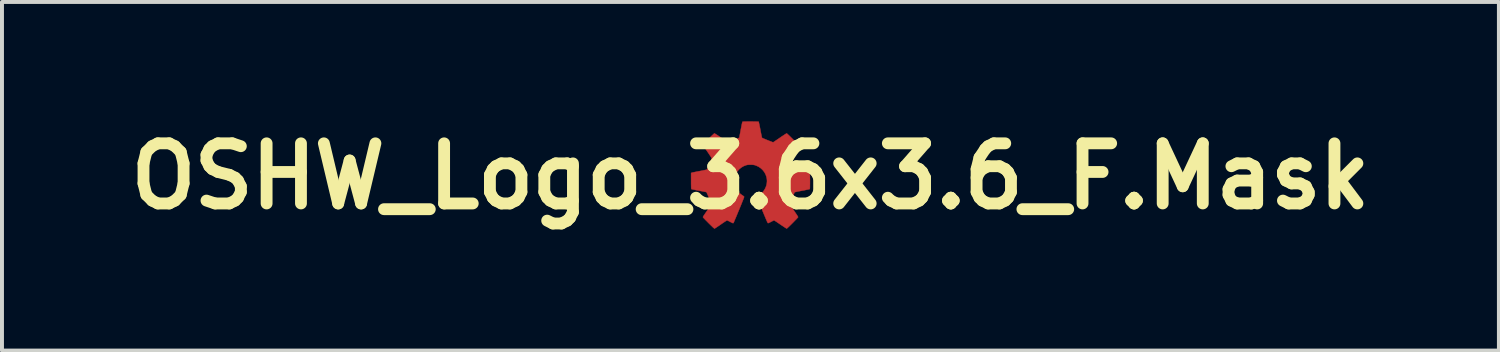
<source format=kicad_pcb>
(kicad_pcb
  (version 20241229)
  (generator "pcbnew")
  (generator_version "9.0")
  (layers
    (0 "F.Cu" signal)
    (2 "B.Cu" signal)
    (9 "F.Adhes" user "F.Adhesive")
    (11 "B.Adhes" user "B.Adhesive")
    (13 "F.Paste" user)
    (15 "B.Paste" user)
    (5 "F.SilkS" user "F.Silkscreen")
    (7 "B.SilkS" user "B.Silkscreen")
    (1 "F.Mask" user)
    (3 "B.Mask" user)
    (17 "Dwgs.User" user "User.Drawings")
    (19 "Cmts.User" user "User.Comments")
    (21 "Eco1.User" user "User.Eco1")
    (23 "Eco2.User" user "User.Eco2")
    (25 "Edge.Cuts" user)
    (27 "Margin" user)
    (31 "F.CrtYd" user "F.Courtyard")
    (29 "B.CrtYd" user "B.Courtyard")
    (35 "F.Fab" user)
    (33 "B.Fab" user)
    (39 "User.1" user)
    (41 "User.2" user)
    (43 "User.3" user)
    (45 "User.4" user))
  (footprint "OSHW_Logo_3.6x3.6_F.Mask"
    (layer "F.Cu")
    (at 15.973 1.418)
    (property "Reference" "OSHW_Logo_3.6x3.6_F.Mask" (at 0 0 0) (layer "F.SilkS") (effects (font (size 1.524 1.524) (thickness 0.3))))
    (attr through_hole)
    (fp_poly (pts (xy 0.046 -1.387) (xy 0.087 -1.386) (xy 0.124 -1.386) (xy 0.155 -1.385) (xy 0.18 -1.384) (xy 0.198 -1.384) (xy 0.207 -1.383) (xy 0.207 -1.383) (xy 0.21 -1.377) (xy 0.214 -1.361) (xy 0.219 -1.337) (xy 0.226 -1.305) (xy 0.234 -1.266) (xy 0.243 -1.221) (xy 0.251 -1.179) (xy 0.259 -1.135) (xy 0.267 -1.095) (xy 0.274 -1.058) (xy 0.281 -1.027) (xy 0.286 -1.002) (xy 0.29 -0.985) (xy 0.292 -0.976) (xy 0.293 -0.975) (xy 0.299 -0.972) (xy 0.313 -0.965) (xy 0.334 -0.956) (xy 0.359 -0.945) (xy 0.388 -0.933) (xy 0.419 -0.92) (xy 0.451 -0.908) (xy 0.482 -0.895) (xy 0.511 -0.884) (xy 0.537 -0.874) (xy 0.557 -0.866) (xy 0.571 -0.862) (xy 0.577 -0.86) (xy 0.577 -0.86) (xy 0.582 -0.864) (xy 0.595 -0.872) (xy 0.614 -0.885) (xy 0.639 -0.902) (xy 0.668 -0.922) (xy 0.701 -0.944) (xy 0.737 -0.969) (xy 0.746 -0.975) (xy 0.782 -1) (xy 0.816 -1.023) (xy 0.847 -1.043) (xy 0.873 -1.06) (xy 0.895 -1.074) (xy 0.91 -1.083) (xy 0.917 -1.087) (xy 0.918 -1.087) (xy 0.924 -1.084) (xy 0.936 -1.074) (xy 0.953 -1.058) (xy 0.974 -1.039) (xy 0.998 -1.015) (xy 1.024 -0.989) (xy 1.052 -0.962) (xy 1.081 -0.933) (xy 1.108 -0.905) (xy 1.135 -0.879) (xy 1.158 -0.854) (xy 1.178 -0.833) (xy 1.194 -0.815) (xy 1.205 -0.803) (xy 1.209 -0.796) (xy 1.209 -0.796) (xy 1.206 -0.79) (xy 1.198 -0.776) (xy 1.186 -0.757) (xy 1.169 -0.731) (xy 1.15 -0.702) (xy 1.128 -0.669) (xy 1.103 -0.633) (xy 1.102 -0.631) (xy 1.077 -0.595) (xy 1.054 -0.562) (xy 1.034 -0.532) (xy 1.017 -0.506) (xy 1.003 -0.485) (xy 0.994 -0.471) (xy 0.99 -0.464) (xy 0.99 -0.464) (xy 0.989 -0.46) (xy 0.99 -0.452) (xy 0.993 -0.44) (xy 0.999 -0.423) (xy 1.008 -0.4) (xy 1.02 -0.37) (xy 1.036 -0.332) (xy 1.045 -0.313) (xy 1.061 -0.275) (xy 1.076 -0.241) (xy 1.089 -0.213) (xy 1.1 -0.19) (xy 1.108 -0.175) (xy 1.113 -0.167) (xy 1.114 -0.167) (xy 1.121 -0.165) (xy 1.136 -0.161) (xy 1.16 -0.157) (xy 1.19 -0.151) (xy 1.225 -0.144) (xy 1.264 -0.136) (xy 1.307 -0.128) (xy 1.311 -0.127) (xy 1.36 -0.118) (xy 1.403 -0.109) (xy 1.439 -0.102) (xy 1.468 -0.096) (xy 1.489 -0.09) (xy 1.502 -0.087) (xy 1.504 -0.085) (xy 1.505 -0.079) (xy 1.506 -0.063) (xy 1.507 -0.04) (xy 1.508 -0.01) (xy 1.508 0.026) (xy 1.509 0.066) (xy 1.509 0.109) (xy 1.509 0.12) (xy 1.509 0.172) (xy 1.508 0.214) (xy 1.508 0.248) (xy 1.508 0.274) (xy 1.507 0.294) (xy 1.506 0.308) (xy 1.505 0.317) (xy 1.503 0.323) (xy 1.502 0.325) (xy 1.495 0.327) (xy 1.48 0.331) (xy 1.457 0.336) (xy 1.427 0.342) (xy 1.392 0.349) (xy 1.353 0.357) (xy 1.312 0.364) (xy 1.266 0.373) (xy 1.225 0.381) (xy 1.189 0.388) (xy 1.16 0.395) (xy 1.138 0.4) (xy 1.125 0.404) (xy 1.122 0.405) (xy 1.118 0.412) (xy 1.111 0.426) (xy 1.101 0.447) (xy 1.09 0.473) (xy 1.078 0.503) (xy 1.064 0.535) (xy 1.051 0.569) (xy 1.038 0.602) (xy 1.026 0.633) (xy 1.015 0.661) (xy 1.006 0.684) (xy 1 0.702) (xy 0.998 0.712) (xy 0.998 0.714) (xy 1.001 0.719) (xy 1.009 0.732) (xy 1.022 0.752) (xy 1.039 0.776) (xy 1.059 0.805) (xy 1.081 0.838) (xy 1.105 0.873) (xy 1.128 0.908) (xy 1.151 0.941) (xy 1.17 0.97) (xy 1.186 0.995) (xy 1.199 1.015) (xy 1.206 1.029) (xy 1.209 1.035) (xy 1.206 1.04) (xy 1.196 1.052) (xy 1.18 1.069) (xy 1.161 1.09) (xy 1.137 1.114) (xy 1.111 1.141) (xy 1.084 1.169) (xy 1.056 1.197) (xy 1.028 1.225) (xy 1.001 1.251) (xy 0.977 1.275) (xy 0.955 1.295) (xy 0.938 1.311) (xy 0.925 1.322) (xy 0.919 1.326) (xy 0.919 1.326) (xy 0.913 1.323) (xy 0.9 1.315) (xy 0.88 1.303) (xy 0.855 1.286) (xy 0.826 1.267) (xy 0.793 1.245) (xy 0.759 1.222) (xy 0.724 1.198) (xy 0.691 1.176) (xy 0.662 1.156) (xy 0.637 1.14) (xy 0.618 1.128) (xy 0.605 1.12) (xy 0.599 1.118) (xy 0.591 1.12) (xy 0.577 1.126) (xy 0.557 1.136) (xy 0.534 1.148) (xy 0.523 1.153) (xy 0.498 1.167) (xy 0.476 1.177) (xy 0.458 1.185) (xy 0.447 1.188) (xy 0.446 1.188) (xy 0.443 1.186) (xy 0.44 1.182) (xy 0.435 1.175) (xy 0.43 1.165) (xy 0.422 1.149) (xy 0.413 1.129) (xy 0.402 1.103) (xy 0.388 1.071) (xy 0.372 1.032) (xy 0.352 0.986) (xy 0.33 0.932) (xy 0.303 0.868) (xy 0.299 0.857) (xy 0.276 0.803) (xy 0.255 0.75) (xy 0.235 0.702) (xy 0.217 0.657) (xy 0.201 0.617) (xy 0.188 0.584) (xy 0.178 0.556) (xy 0.17 0.536) (xy 0.166 0.524) (xy 0.166 0.521) (xy 0.171 0.515) (xy 0.183 0.505) (xy 0.199 0.492) (xy 0.215 0.481) (xy 0.257 0.45) (xy 0.292 0.42) (xy 0.32 0.391) (xy 0.344 0.359) (xy 0.366 0.323) (xy 0.377 0.303) (xy 0.401 0.244) (xy 0.415 0.184) (xy 0.42 0.123) (xy 0.416 0.062) (xy 0.402 0.002) (xy 0.38 -0.056) (xy 0.349 -0.11) (xy 0.309 -0.16) (xy 0.306 -0.164) (xy 0.258 -0.207) (xy 0.205 -0.243) (xy 0.145 -0.27) (xy 0.117 -0.28) (xy 0.1 -0.285) (xy 0.084 -0.288) (xy 0.067 -0.29) (xy 0.045 -0.292) (xy 0.018 -0.292) (xy 0.003 -0.292) (xy -0.029 -0.292) (xy -0.053 -0.291) (xy -0.072 -0.289) (xy -0.088 -0.287) (xy -0.104 -0.282) (xy -0.112 -0.28) (xy -0.174 -0.256) (xy -0.23 -0.223) (xy -0.28 -0.183) (xy -0.323 -0.136) (xy -0.359 -0.082) (xy -0.369 -0.064) (xy -0.389 -0.017) (xy -0.403 0.028) (xy -0.41 0.073) (xy -0.412 0.122) (xy -0.407 0.187) (xy -0.393 0.249) (xy -0.369 0.308) (xy -0.337 0.362) (xy -0.296 0.41) (xy -0.278 0.427) (xy -0.254 0.447) (xy -0.228 0.467) (xy -0.203 0.485) (xy -0.181 0.499) (xy -0.179 0.501) (xy -0.167 0.51) (xy -0.16 0.519) (xy -0.16 0.521) (xy -0.161 0.527) (xy -0.166 0.543) (xy -0.175 0.567) (xy -0.187 0.598) (xy -0.203 0.637) (xy -0.221 0.683) (xy -0.242 0.735) (xy -0.266 0.793) (xy -0.289 0.85) (xy -0.312 0.904) (xy -0.333 0.955) (xy -0.353 1.003) (xy -0.371 1.047) (xy -0.388 1.086) (xy -0.402 1.119) (xy -0.413 1.146) (xy -0.421 1.165) (xy -0.426 1.176) (xy -0.427 1.179) (xy -0.435 1.187) (xy -0.442 1.189) (xy -0.45 1.186) (xy -0.464 1.18) (xy -0.484 1.17) (xy -0.508 1.158) (xy -0.518 1.153) (xy -0.548 1.137) (xy -0.572 1.126) (xy -0.588 1.12) (xy -0.596 1.119) (xy -0.603 1.122) (xy -0.617 1.131) (xy -0.637 1.143) (xy -0.661 1.159) (xy -0.689 1.178) (xy -0.706 1.189) (xy -0.753 1.222) (xy -0.792 1.249) (xy -0.825 1.271) (xy -0.851 1.289) (xy -0.871 1.302) (xy -0.887 1.312) (xy -0.898 1.319) (xy -0.906 1.323) (xy -0.911 1.325) (xy -0.914 1.326) (xy -0.919 1.322) (xy -0.93 1.312) (xy -0.948 1.297) (xy -0.969 1.276) (xy -0.995 1.252) (xy -1.023 1.224) (xy -1.054 1.194) (xy -1.06 1.188) (xy -1.091 1.156) (xy -1.12 1.127) (xy -1.146 1.101) (xy -1.167 1.078) (xy -1.185 1.06) (xy -1.196 1.048) (xy -1.201 1.041) (xy -1.202 1.04) (xy -1.203 1.037) (xy -1.203 1.034) (xy -1.202 1.03) (xy -1.2 1.025) (xy -1.195 1.017) (xy -1.188 1.005) (xy -1.178 0.989) (xy -1.164 0.969) (xy -1.146 0.942) (xy -1.123 0.909) (xy -1.095 0.868) (xy -1.092 0.864) (xy -1.069 0.83) (xy -1.047 0.797) (xy -1.028 0.769) (xy -1.012 0.744) (xy -1 0.726) (xy -0.993 0.713) (xy -0.991 0.708) (xy -0.992 0.702) (xy -0.998 0.687) (xy -1.006 0.666) (xy -1.016 0.638) (xy -1.029 0.606) (xy -1.043 0.571) (xy -1.05 0.553) (xy -1.067 0.509) (xy -1.082 0.474) (xy -1.094 0.447) (xy -1.103 0.427) (xy -1.11 0.413) (xy -1.116 0.404) (xy -1.12 0.401) (xy -1.127 0.399) (xy -1.143 0.396) (xy -1.167 0.391) (xy -1.197 0.385) (xy -1.232 0.378) (xy -1.271 0.371) (xy -1.31 0.363) (xy -1.352 0.356) (xy -1.39 0.348) (xy -1.425 0.341) (xy -1.454 0.335) (xy -1.476 0.33) (xy -1.491 0.327) (xy -1.497 0.325) (xy -1.499 0.321) (xy -1.5 0.315) (xy -1.501 0.303) (xy -1.502 0.287) (xy -1.503 0.264) (xy -1.503 0.234) (xy -1.504 0.196) (xy -1.504 0.149) (xy -1.504 0.119) (xy -1.504 -0.081) (xy -1.492 -0.088) (xy -1.485 -0.091) (xy -1.468 -0.095) (xy -1.445 -0.1) (xy -1.414 -0.106) (xy -1.379 -0.113) (xy -1.339 -0.121) (xy -1.297 -0.129) (xy -1.295 -0.129) (xy -1.253 -0.137) (xy -1.214 -0.145) (xy -1.179 -0.152) (xy -1.149 -0.158) (xy -1.126 -0.163) (xy -1.11 -0.167) (xy -1.104 -0.169) (xy -1.104 -0.169) (xy -1.1 -0.176) (xy -1.093 -0.19) (xy -1.083 -0.211) (xy -1.072 -0.236) (xy -1.059 -0.266) (xy -1.045 -0.297) (xy -1.031 -0.329) (xy -1.018 -0.361) (xy -1.006 -0.39) (xy -0.995 -0.415) (xy -0.987 -0.436) (xy -0.982 -0.45) (xy -0.98 -0.456) (xy -0.983 -0.461) (xy -0.991 -0.475) (xy -1.004 -0.494) (xy -1.02 -0.519) (xy -1.04 -0.549) (xy -1.062 -0.582) (xy -1.086 -0.618) (xy -1.09 -0.623) (xy -1.115 -0.659) (xy -1.138 -0.693) (xy -1.158 -0.724) (xy -1.176 -0.75) (xy -1.189 -0.771) (xy -1.198 -0.785) (xy -1.203 -0.793) (xy -1.203 -0.793) (xy -1.202 -0.797) (xy -1.198 -0.804) (xy -1.19 -0.815) (xy -1.177 -0.829) (xy -1.159 -0.848) (xy -1.136 -0.872) (xy -1.107 -0.902) (xy -1.071 -0.938) (xy -1.064 -0.945) (xy -1.028 -0.981) (xy -0.996 -1.013) (xy -0.968 -1.039) (xy -0.945 -1.061) (xy -0.928 -1.076) (xy -0.917 -1.085) (xy -0.913 -1.087) (xy -0.906 -1.084) (xy -0.893 -1.076) (xy -0.873 -1.064) (xy -0.847 -1.048) (xy -0.818 -1.028) (xy -0.784 -1.006) (xy -0.749 -0.981) (xy -0.745 -0.979) (xy -0.709 -0.954) (xy -0.675 -0.931) (xy -0.645 -0.91) (xy -0.619 -0.893) (xy -0.598 -0.879) (xy -0.583 -0.869) (xy -0.576 -0.865) (xy -0.576 -0.864) (xy -0.571 -0.863) (xy -0.565 -0.863) (xy -0.555 -0.865) (xy -0.541 -0.87) (xy -0.522 -0.877) (xy -0.496 -0.887) (xy -0.462 -0.9) (xy -0.438 -0.91) (xy -0.397 -0.927) (xy -0.363 -0.941) (xy -0.337 -0.952) (xy -0.318 -0.96) (xy -0.304 -0.967) (xy -0.294 -0.972) (xy -0.288 -0.976) (xy -0.285 -0.979) (xy -0.283 -0.983) (xy -0.282 -0.985) (xy -0.28 -0.992) (xy -0.277 -1.008) (xy -0.273 -1.032) (xy -0.267 -1.062) (xy -0.26 -1.097) (xy -0.253 -1.137) (xy -0.245 -1.179) (xy -0.244 -1.184) (xy -0.236 -1.227) (xy -0.228 -1.266) (xy -0.221 -1.302) (xy -0.215 -1.332) (xy -0.209 -1.356) (xy -0.205 -1.372) (xy -0.203 -1.379) (xy -0.203 -1.38) (xy -0.2 -1.382) (xy -0.193 -1.383) (xy -0.183 -1.384) (xy -0.167 -1.385) (xy -0.146 -1.386) (xy -0.117 -1.386) (xy -0.081 -1.387) (xy -0.037 -1.387) (xy 0.002 -1.387) (xy 0.046 -1.387)) (stroke (width 0.01) (type solid)) (fill yes) (layer "F.Cu"))
    (fp_poly (pts (xy 0.046 -1.387) (xy 0.087 -1.386) (xy 0.124 -1.386) (xy 0.155 -1.385) (xy 0.18 -1.384) (xy 0.198 -1.384) (xy 0.207 -1.383) (xy 0.207 -1.383) (xy 0.21 -1.377) (xy 0.214 -1.361) (xy 0.219 -1.337) (xy 0.226 -1.305) (xy 0.234 -1.266) (xy 0.243 -1.221) (xy 0.251 -1.179) (xy 0.259 -1.135) (xy 0.267 -1.095) (xy 0.274 -1.058) (xy 0.281 -1.027) (xy 0.286 -1.002) (xy 0.29 -0.985) (xy 0.292 -0.976) (xy 0.293 -0.975) (xy 0.299 -0.972) (xy 0.313 -0.965) (xy 0.334 -0.956) (xy 0.359 -0.945) (xy 0.388 -0.933) (xy 0.419 -0.92) (xy 0.451 -0.908) (xy 0.482 -0.895) (xy 0.511 -0.884) (xy 0.537 -0.874) (xy 0.557 -0.866) (xy 0.571 -0.862) (xy 0.577 -0.86) (xy 0.577 -0.86) (xy 0.582 -0.864) (xy 0.595 -0.872) (xy 0.614 -0.885) (xy 0.639 -0.902) (xy 0.668 -0.922) (xy 0.701 -0.944) (xy 0.737 -0.969) (xy 0.746 -0.975) (xy 0.782 -1) (xy 0.816 -1.023) (xy 0.847 -1.043) (xy 0.873 -1.06) (xy 0.895 -1.074) (xy 0.91 -1.083) (xy 0.917 -1.087) (xy 0.918 -1.087) (xy 0.924 -1.084) (xy 0.936 -1.074) (xy 0.953 -1.058) (xy 0.974 -1.039) (xy 0.998 -1.015) (xy 1.024 -0.989) (xy 1.052 -0.962) (xy 1.081 -0.933) (xy 1.108 -0.905) (xy 1.135 -0.879) (xy 1.158 -0.854) (xy 1.178 -0.833) (xy 1.194 -0.815) (xy 1.205 -0.803) (xy 1.209 -0.796) (xy 1.209 -0.796) (xy 1.206 -0.79) (xy 1.198 -0.776) (xy 1.186 -0.757) (xy 1.169 -0.731) (xy 1.15 -0.702) (xy 1.128 -0.669) (xy 1.103 -0.633) (xy 1.102 -0.631) (xy 1.077 -0.595) (xy 1.054 -0.562) (xy 1.034 -0.532) (xy 1.017 -0.506) (xy 1.003 -0.485) (xy 0.994 -0.471) (xy 0.99 -0.464) (xy 0.99 -0.464) (xy 0.989 -0.46) (xy 0.99 -0.452) (xy 0.993 -0.44) (xy 0.999 -0.423) (xy 1.008 -0.4) (xy 1.02 -0.37) (xy 1.036 -0.332) (xy 1.045 -0.313) (xy 1.061 -0.275) (xy 1.076 -0.241) (xy 1.089 -0.213) (xy 1.1 -0.19) (xy 1.108 -0.175) (xy 1.113 -0.167) (xy 1.114 -0.167) (xy 1.121 -0.165) (xy 1.136 -0.161) (xy 1.16 -0.157) (xy 1.19 -0.151) (xy 1.225 -0.144) (xy 1.264 -0.136) (xy 1.307 -0.128) (xy 1.311 -0.127) (xy 1.36 -0.118) (xy 1.403 -0.109) (xy 1.439 -0.102) (xy 1.468 -0.096) (xy 1.489 -0.09) (xy 1.502 -0.087) (xy 1.504 -0.085) (xy 1.505 -0.079) (xy 1.506 -0.063) (xy 1.507 -0.04) (xy 1.508 -0.01) (xy 1.508 0.026) (xy 1.509 0.066) (xy 1.509 0.109) (xy 1.509 0.12) (xy 1.509 0.172) (xy 1.508 0.214) (xy 1.508 0.248) (xy 1.508 0.274) (xy 1.507 0.294) (xy 1.506 0.308) (xy 1.505 0.317) (xy 1.503 0.323) (xy 1.502 0.325) (xy 1.495 0.327) (xy 1.48 0.331) (xy 1.457 0.336) (xy 1.427 0.342) (xy 1.392 0.349) (xy 1.353 0.357) (xy 1.312 0.364) (xy 1.266 0.373) (xy 1.225 0.381) (xy 1.189 0.388) (xy 1.16 0.395) (xy 1.138 0.4) (xy 1.125 0.404) (xy 1.122 0.405) (xy 1.118 0.412) (xy 1.111 0.426) (xy 1.101 0.447) (xy 1.09 0.473) (xy 1.078 0.503) (xy 1.064 0.535) (xy 1.051 0.569) (xy 1.038 0.602) (xy 1.026 0.633) (xy 1.015 0.661) (xy 1.006 0.684) (xy 1 0.702) (xy 0.998 0.712) (xy 0.998 0.714) (xy 1.001 0.719) (xy 1.009 0.732) (xy 1.022 0.752) (xy 1.039 0.776) (xy 1.059 0.805) (xy 1.081 0.838) (xy 1.105 0.873) (xy 1.128 0.908) (xy 1.151 0.941) (xy 1.17 0.97) (xy 1.186 0.995) (xy 1.199 1.015) (xy 1.206 1.029) (xy 1.209 1.035) (xy 1.206 1.04) (xy 1.196 1.052) (xy 1.18 1.069) (xy 1.161 1.09) (xy 1.137 1.114) (xy 1.111 1.141) (xy 1.084 1.169) (xy 1.056 1.197) (xy 1.028 1.225) (xy 1.001 1.251) (xy 0.977 1.275) (xy 0.955 1.295) (xy 0.938 1.311) (xy 0.925 1.322) (xy 0.919 1.326) (xy 0.919 1.326) (xy 0.913 1.323) (xy 0.9 1.315) (xy 0.88 1.303) (xy 0.855 1.286) (xy 0.826 1.267) (xy 0.793 1.245) (xy 0.759 1.222) (xy 0.724 1.198) (xy 0.691 1.176) (xy 0.662 1.156) (xy 0.637 1.14) (xy 0.618 1.128) (xy 0.605 1.12) (xy 0.599 1.118) (xy 0.591 1.12) (xy 0.577 1.126) (xy 0.557 1.136) (xy 0.534 1.148) (xy 0.523 1.153) (xy 0.498 1.167) (xy 0.476 1.177) (xy 0.458 1.185) (xy 0.447 1.188) (xy 0.446 1.188) (xy 0.443 1.186) (xy 0.44 1.182) (xy 0.435 1.175) (xy 0.43 1.165) (xy 0.422 1.149) (xy 0.413 1.129) (xy 0.402 1.103) (xy 0.388 1.071) (xy 0.372 1.032) (xy 0.352 0.986) (xy 0.33 0.932) (xy 0.303 0.868) (xy 0.299 0.857) (xy 0.276 0.803) (xy 0.255 0.75) (xy 0.235 0.702) (xy 0.217 0.657) (xy 0.201 0.617) (xy 0.188 0.584) (xy 0.178 0.556) (xy 0.17 0.536) (xy 0.166 0.524) (xy 0.166 0.521) (xy 0.171 0.515) (xy 0.183 0.505) (xy 0.199 0.492) (xy 0.215 0.481) (xy 0.257 0.45) (xy 0.292 0.42) (xy 0.32 0.391) (xy 0.344 0.359) (xy 0.366 0.323) (xy 0.377 0.303) (xy 0.401 0.244) (xy 0.415 0.184) (xy 0.42 0.123) (xy 0.416 0.062) (xy 0.402 0.002) (xy 0.38 -0.056) (xy 0.349 -0.11) (xy 0.309 -0.16) (xy 0.306 -0.164) (xy 0.258 -0.207) (xy 0.205 -0.243) (xy 0.145 -0.27) (xy 0.117 -0.28) (xy 0.1 -0.285) (xy 0.084 -0.288) (xy 0.067 -0.29) (xy 0.045 -0.292) (xy 0.018 -0.292) (xy 0.003 -0.292) (xy -0.029 -0.292) (xy -0.053 -0.291) (xy -0.072 -0.289) (xy -0.088 -0.287) (xy -0.104 -0.282) (xy -0.112 -0.28) (xy -0.174 -0.256) (xy -0.23 -0.223) (xy -0.28 -0.183) (xy -0.323 -0.136) (xy -0.359 -0.082) (xy -0.369 -0.064) (xy -0.389 -0.017) (xy -0.403 0.028) (xy -0.41 0.073) (xy -0.412 0.122) (xy -0.407 0.187) (xy -0.393 0.249) (xy -0.369 0.308) (xy -0.337 0.362) (xy -0.296 0.41) (xy -0.278 0.427) (xy -0.254 0.447) (xy -0.228 0.467) (xy -0.203 0.485) (xy -0.181 0.499) (xy -0.179 0.501) (xy -0.167 0.51) (xy -0.16 0.519) (xy -0.16 0.521) (xy -0.161 0.527) (xy -0.166 0.543) (xy -0.175 0.567) (xy -0.187 0.598) (xy -0.203 0.637) (xy -0.221 0.683) (xy -0.242 0.735) (xy -0.266 0.793) (xy -0.289 0.85) (xy -0.312 0.904) (xy -0.333 0.955) (xy -0.353 1.003) (xy -0.371 1.047) (xy -0.388 1.086) (xy -0.402 1.119) (xy -0.413 1.146) (xy -0.421 1.165) (xy -0.426 1.176) (xy -0.427 1.179) (xy -0.435 1.187) (xy -0.442 1.189) (xy -0.45 1.186) (xy -0.464 1.18) (xy -0.484 1.17) (xy -0.508 1.158) (xy -0.518 1.153) (xy -0.548 1.137) (xy -0.572 1.126) (xy -0.588 1.12) (xy -0.596 1.119) (xy -0.603 1.122) (xy -0.617 1.131) (xy -0.637 1.143) (xy -0.661 1.159) (xy -0.689 1.178) (xy -0.706 1.189) (xy -0.753 1.222) (xy -0.792 1.249) (xy -0.825 1.271) (xy -0.851 1.289) (xy -0.871 1.302) (xy -0.887 1.312) (xy -0.898 1.319) (xy -0.906 1.323) (xy -0.911 1.325) (xy -0.914 1.326) (xy -0.919 1.322) (xy -0.93 1.312) (xy -0.948 1.297) (xy -0.969 1.276) (xy -0.995 1.252) (xy -1.023 1.224) (xy -1.054 1.194) (xy -1.06 1.188) (xy -1.091 1.156) (xy -1.12 1.127) (xy -1.146 1.101) (xy -1.167 1.078) (xy -1.185 1.06) (xy -1.196 1.048) (xy -1.201 1.041) (xy -1.202 1.04) (xy -1.203 1.037) (xy -1.203 1.034) (xy -1.202 1.03) (xy -1.2 1.025) (xy -1.195 1.017) (xy -1.188 1.005) (xy -1.178 0.989) (xy -1.164 0.969) (xy -1.146 0.942) (xy -1.123 0.909) (xy -1.095 0.868) (xy -1.092 0.864) (xy -1.069 0.83) (xy -1.047 0.797) (xy -1.028 0.769) (xy -1.012 0.744) (xy -1 0.726) (xy -0.993 0.713) (xy -0.991 0.708) (xy -0.992 0.702) (xy -0.998 0.687) (xy -1.006 0.666) (xy -1.016 0.638) (xy -1.029 0.606) (xy -1.043 0.571) (xy -1.05 0.553) (xy -1.067 0.509) (xy -1.082 0.474) (xy -1.094 0.447) (xy -1.103 0.427) (xy -1.11 0.413) (xy -1.116 0.404) (xy -1.12 0.401) (xy -1.127 0.399) (xy -1.143 0.396) (xy -1.167 0.391) (xy -1.197 0.385) (xy -1.232 0.378) (xy -1.271 0.371) (xy -1.31 0.363) (xy -1.352 0.356) (xy -1.39 0.348) (xy -1.425 0.341) (xy -1.454 0.335) (xy -1.476 0.33) (xy -1.491 0.327) (xy -1.497 0.325) (xy -1.499 0.321) (xy -1.5 0.315) (xy -1.501 0.303) (xy -1.502 0.287) (xy -1.503 0.264) (xy -1.503 0.234) (xy -1.504 0.196) (xy -1.504 0.149) (xy -1.504 0.119) (xy -1.504 -0.081) (xy -1.492 -0.088) (xy -1.485 -0.091) (xy -1.468 -0.095) (xy -1.445 -0.1) (xy -1.414 -0.106) (xy -1.379 -0.113) (xy -1.339 -0.121) (xy -1.297 -0.129) (xy -1.295 -0.129) (xy -1.253 -0.137) (xy -1.214 -0.145) (xy -1.179 -0.152) (xy -1.149 -0.158) (xy -1.126 -0.163) (xy -1.11 -0.167) (xy -1.104 -0.169) (xy -1.104 -0.169) (xy -1.1 -0.176) (xy -1.093 -0.19) (xy -1.083 -0.211) (xy -1.072 -0.236) (xy -1.059 -0.266) (xy -1.045 -0.297) (xy -1.031 -0.329) (xy -1.018 -0.361) (xy -1.006 -0.39) (xy -0.995 -0.415) (xy -0.987 -0.436) (xy -0.982 -0.45) (xy -0.98 -0.456) (xy -0.983 -0.461) (xy -0.991 -0.475) (xy -1.004 -0.494) (xy -1.02 -0.519) (xy -1.04 -0.549) (xy -1.062 -0.582) (xy -1.086 -0.618) (xy -1.09 -0.623) (xy -1.115 -0.659) (xy -1.138 -0.693) (xy -1.158 -0.724) (xy -1.176 -0.75) (xy -1.189 -0.771) (xy -1.198 -0.785) (xy -1.203 -0.793) (xy -1.203 -0.793) (xy -1.202 -0.797) (xy -1.198 -0.804) (xy -1.19 -0.815) (xy -1.177 -0.829) (xy -1.159 -0.848) (xy -1.136 -0.872) (xy -1.107 -0.902) (xy -1.071 -0.938) (xy -1.064 -0.945) (xy -1.028 -0.981) (xy -0.996 -1.013) (xy -0.968 -1.039) (xy -0.945 -1.061) (xy -0.928 -1.076) (xy -0.917 -1.085) (xy -0.913 -1.087) (xy -0.906 -1.084) (xy -0.893 -1.076) (xy -0.873 -1.064) (xy -0.847 -1.048) (xy -0.818 -1.028) (xy -0.784 -1.006) (xy -0.749 -0.981) (xy -0.745 -0.979) (xy -0.709 -0.954) (xy -0.675 -0.931) (xy -0.645 -0.91) (xy -0.619 -0.893) (xy -0.598 -0.879) (xy -0.583 -0.869) (xy -0.576 -0.865) (xy -0.576 -0.864) (xy -0.571 -0.863) (xy -0.565 -0.863) (xy -0.555 -0.865) (xy -0.541 -0.87) (xy -0.522 -0.877) (xy -0.496 -0.887) (xy -0.462 -0.9) (xy -0.438 -0.91) (xy -0.397 -0.927) (xy -0.363 -0.941) (xy -0.337 -0.952) (xy -0.318 -0.96) (xy -0.304 -0.967) (xy -0.294 -0.972) (xy -0.288 -0.976) (xy -0.285 -0.979) (xy -0.283 -0.983) (xy -0.282 -0.985) (xy -0.28 -0.992) (xy -0.277 -1.008) (xy -0.273 -1.032) (xy -0.267 -1.062) (xy -0.26 -1.097) (xy -0.253 -1.137) (xy -0.245 -1.179) (xy -0.244 -1.184) (xy -0.236 -1.227) (xy -0.228 -1.266) (xy -0.221 -1.302) (xy -0.215 -1.332) (xy -0.209 -1.356) (xy -0.205 -1.372) (xy -0.203 -1.379) (xy -0.203 -1.38) (xy -0.2 -1.382) (xy -0.193 -1.383) (xy -0.183 -1.384) (xy -0.167 -1.385) (xy -0.146 -1.386) (xy -0.117 -1.386) (xy -0.081 -1.387) (xy -0.037 -1.387) (xy 0.002 -1.387) (xy 0.046 -1.387)) (stroke (width 0.01) (type solid)) (fill yes) (layer "F.Mask")))
  (gr_rect
    (start -3 -3)
    (end 34.946 5.836)
    (stroke (width 0.1) (type default))
    (fill no)
    (layer "Edge.Cuts")))
</source>
